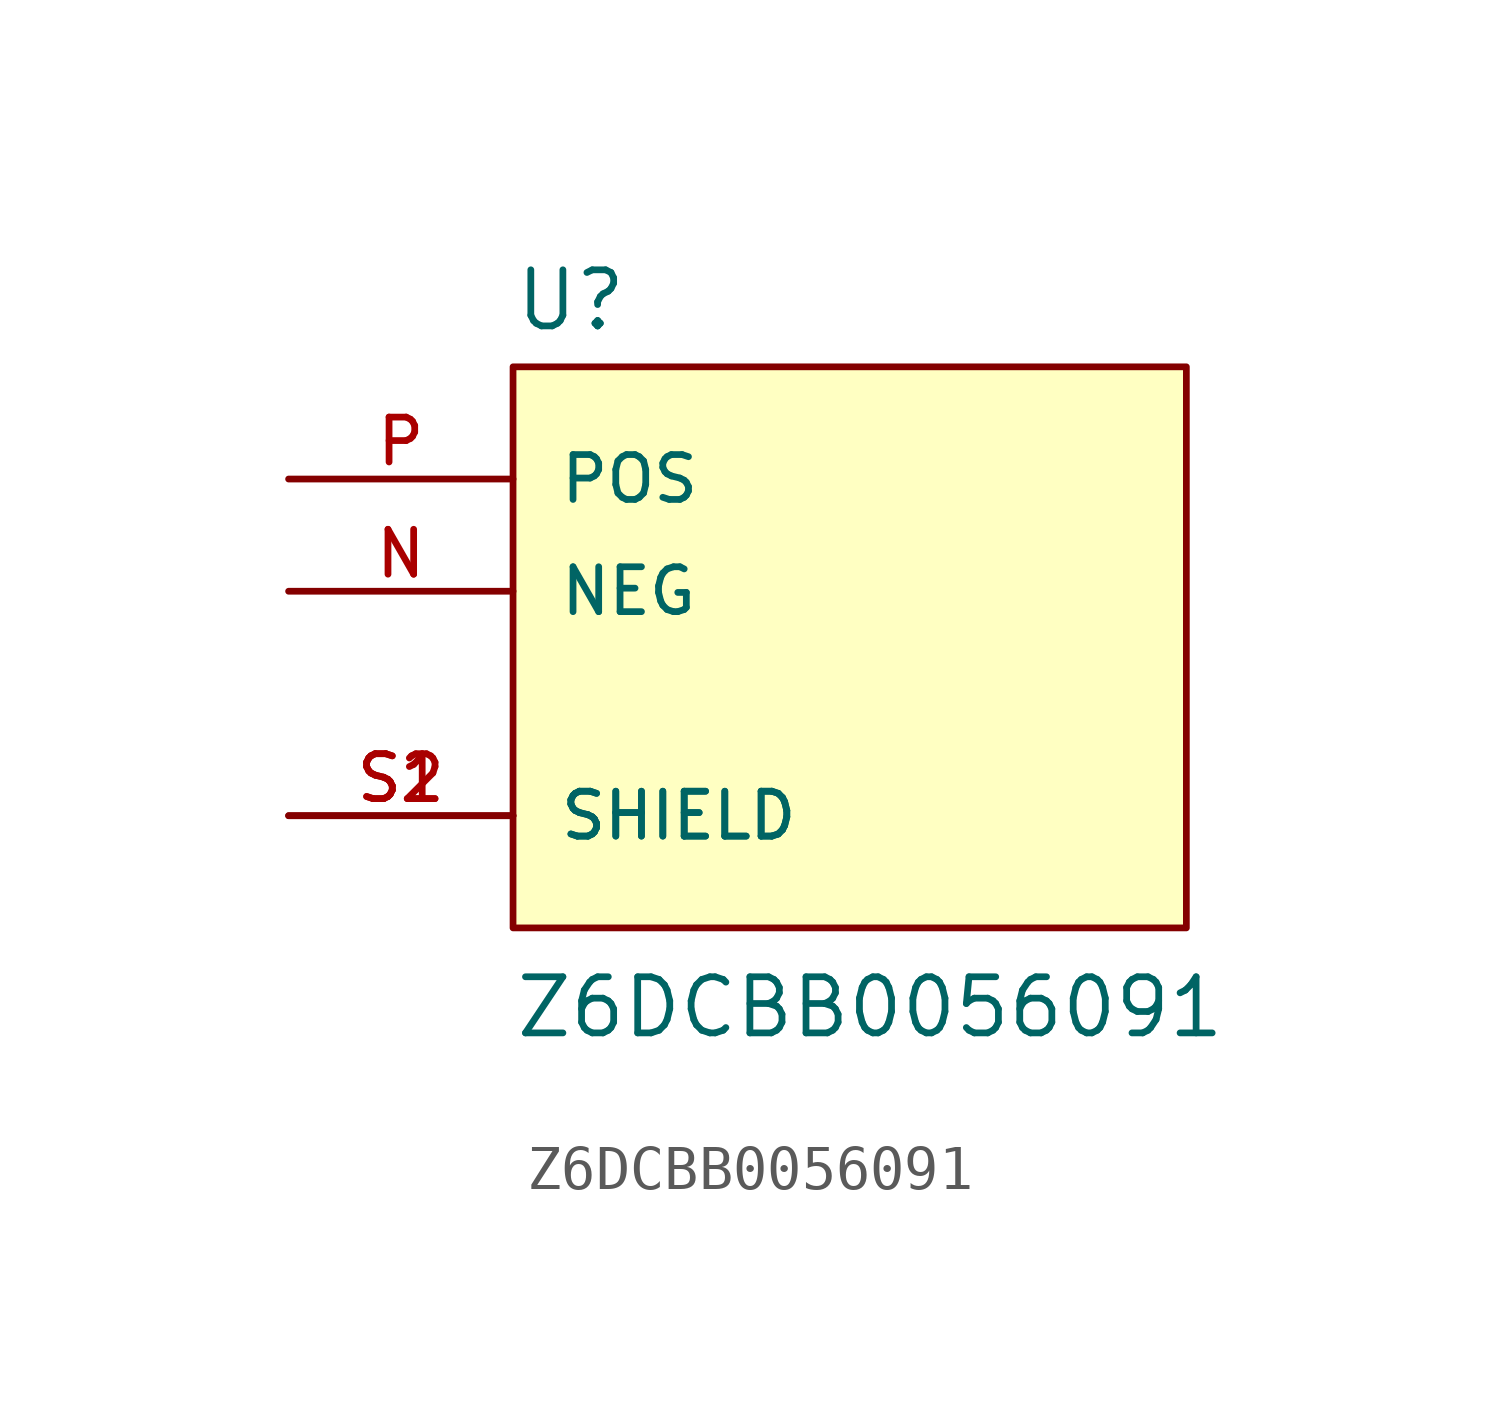
<source format=kicad_sym>
(kicad_symbol_lib
  (version 20211014)
  (generator kicad_symbol_editor)
  (symbol "Z6DCBB0056091"
    (pin_names
      (offset 1.016))
    (property "Reference" "U"
      (at -7.62 5.842 0)
      (effects (font (size 1.27 1.27)) (justify bottom left)))
    (property "Value" "Z6DCBB0056091"
      (at -7.62 -10.16 0)
      (effects (font (size 1.27 1.27)) (justify bottom left)))
    (symbol "Z6DCBB0056091_0_0"
      (rectangle (start -7.62 -7.62) (end 7.62 5.08) (stroke (width 0.152)) (fill (type background)))
      (pin passive line (at -12.7 2.54 0) (length 5.08) (name "POS" (effects (font (size 1.016 1.016)))) (number "P" (effects (font (size 1.016 1.016)))))
      (pin passive line (at -12.7 0.0 0) (length 5.08) (name "NEG" (effects (font (size 1.016 1.016)))) (number "N" (effects (font (size 1.016 1.016)))))
      (pin passive line (at -12.7 -5.08 0) (length 5.08) (name "SHIELD" (effects (font (size 1.016 1.016)))) (number "S1" (effects (font (size 1.016 1.016)))))
      (pin passive line (at -12.7 -5.08 0) (length 5.08) (name "SHIELD" (effects (font (size 1.016 1.016)))) (number "S2" (effects (font (size 1.016 1.016))))))))
</source>
